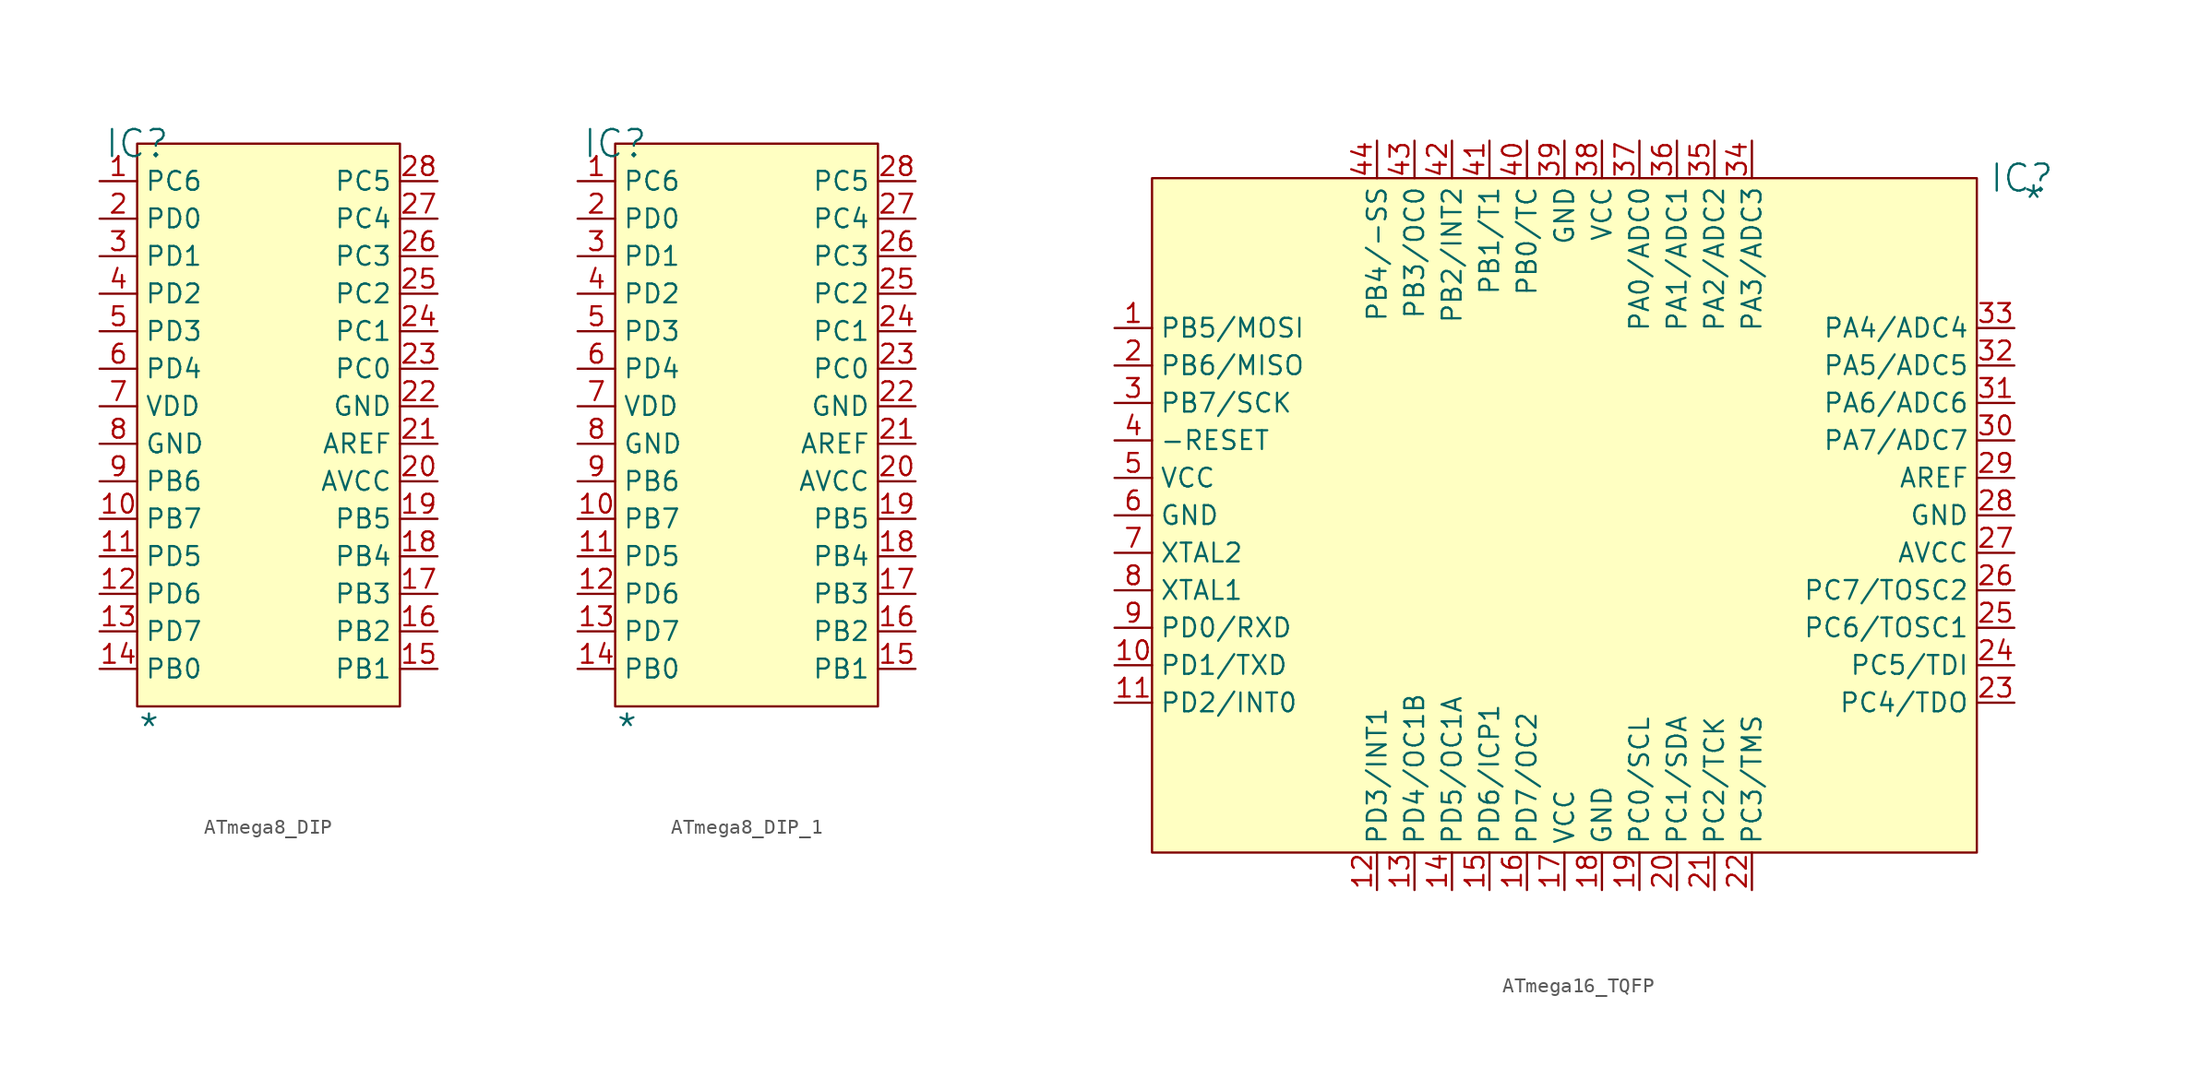
<source format=kicad_sym>
(kicad_symbol_lib
  (version 20241209)
  (generator "kicad_symbol_editor")
  (generator_version "9.0")
  (symbol "ATmega8_DIP"
    (property "Reference" "IC"
      (at 0 0 0)
      (effects (font (size 1.829 1.829))))
    (property "Value" "*"
      (at 0 -40.64 0)
      (effects (font (size 1.829 1.829)) (justify left bottom)))
    (symbol "ATmega8_DIP_1_0"
      (rectangle (start 17.78 0) (end 0 -38.1) (stroke (width 0) (type solid) (color 128 0 0 1)) (fill (type background)))
      (pin passive line (at -2.54 -2.54 0) (length 2.54) (name "PC6" (effects (font (size 1.27 1.27)))) (number "1" (effects (font (size 1.27 1.27)))))
      (pin passive line (at -2.54 -5.08 0) (length 2.54) (name "PD0" (effects (font (size 1.27 1.27)))) (number "2" (effects (font (size 1.27 1.27)))))
      (pin passive line (at -2.54 -7.62 0) (length 2.54) (name "PD1" (effects (font (size 1.27 1.27)))) (number "3" (effects (font (size 1.27 1.27)))))
      (pin passive line (at -2.54 -10.16 0) (length 2.54) (name "PD2" (effects (font (size 1.27 1.27)))) (number "4" (effects (font (size 1.27 1.27)))))
      (pin passive line (at -2.54 -12.7 0) (length 2.54) (name "PD3" (effects (font (size 1.27 1.27)))) (number "5" (effects (font (size 1.27 1.27)))))
      (pin passive line (at -2.54 -15.24 0) (length 2.54) (name "PD4" (effects (font (size 1.27 1.27)))) (number "6" (effects (font (size 1.27 1.27)))))
      (pin passive line (at -2.54 -17.78 0) (length 2.54) (name "VDD" (effects (font (size 1.27 1.27)))) (number "7" (effects (font (size 1.27 1.27)))))
      (pin passive line (at -2.54 -20.32 0) (length 2.54) (name "GND" (effects (font (size 1.27 1.27)))) (number "8" (effects (font (size 1.27 1.27)))))
      (pin passive line (at -2.54 -22.86 0) (length 2.54) (name "PB6" (effects (font (size 1.27 1.27)))) (number "9" (effects (font (size 1.27 1.27)))))
      (pin passive line (at -2.54 -25.4 0) (length 2.54) (name "PB7" (effects (font (size 1.27 1.27)))) (number "10" (effects (font (size 1.27 1.27)))))
      (pin passive line (at -2.54 -27.94 0) (length 2.54) (name "PD5" (effects (font (size 1.27 1.27)))) (number "11" (effects (font (size 1.27 1.27)))))
      (pin passive line (at -2.54 -30.48 0) (length 2.54) (name "PD6" (effects (font (size 1.27 1.27)))) (number "12" (effects (font (size 1.27 1.27)))))
      (pin passive line (at -2.54 -33.02 0) (length 2.54) (name "PD7" (effects (font (size 1.27 1.27)))) (number "13" (effects (font (size 1.27 1.27)))))
      (pin passive line (at -2.54 -35.56 0) (length 2.54) (name "PB0" (effects (font (size 1.27 1.27)))) (number "14" (effects (font (size 1.27 1.27)))))
      (pin passive line (at 20.32 -2.54 180) (length 2.54) (name "PC5" (effects (font (size 1.27 1.27)))) (number "28" (effects (font (size 1.27 1.27)))))
      (pin passive line (at 20.32 -5.08 180) (length 2.54) (name "PC4" (effects (font (size 1.27 1.27)))) (number "27" (effects (font (size 1.27 1.27)))))
      (pin passive line (at 20.32 -7.62 180) (length 2.54) (name "PC3" (effects (font (size 1.27 1.27)))) (number "26" (effects (font (size 1.27 1.27)))))
      (pin passive line (at 20.32 -10.16 180) (length 2.54) (name "PC2" (effects (font (size 1.27 1.27)))) (number "25" (effects (font (size 1.27 1.27)))))
      (pin passive line (at 20.32 -12.7 180) (length 2.54) (name "PC1" (effects (font (size 1.27 1.27)))) (number "24" (effects (font (size 1.27 1.27)))))
      (pin passive line (at 20.32 -15.24 180) (length 2.54) (name "PC0" (effects (font (size 1.27 1.27)))) (number "23" (effects (font (size 1.27 1.27)))))
      (pin passive line (at 20.32 -17.78 180) (length 2.54) (name "GND" (effects (font (size 1.27 1.27)))) (number "22" (effects (font (size 1.27 1.27)))))
      (pin passive line (at 20.32 -20.32 180) (length 2.54) (name "AREF" (effects (font (size 1.27 1.27)))) (number "21" (effects (font (size 1.27 1.27)))))
      (pin passive line (at 20.32 -22.86 180) (length 2.54) (name "AVCC" (effects (font (size 1.27 1.27)))) (number "20" (effects (font (size 1.27 1.27)))))
      (pin passive line (at 20.32 -25.4 180) (length 2.54) (name "PB5" (effects (font (size 1.27 1.27)))) (number "19" (effects (font (size 1.27 1.27)))))
      (pin passive line (at 20.32 -27.94 180) (length 2.54) (name "PB4" (effects (font (size 1.27 1.27)))) (number "18" (effects (font (size 1.27 1.27)))))
      (pin passive line (at 20.32 -30.48 180) (length 2.54) (name "PB3" (effects (font (size 1.27 1.27)))) (number "17" (effects (font (size 1.27 1.27)))))
      (pin passive line (at 20.32 -33.02 180) (length 2.54) (name "PB2" (effects (font (size 1.27 1.27)))) (number "16" (effects (font (size 1.27 1.27)))))
      (pin passive line (at 20.32 -35.56 180) (length 2.54) (name "PB1" (effects (font (size 1.27 1.27)))) (number "15" (effects (font (size 1.27 1.27)))))))
  (symbol "ATmega8_DIP_1"
    (property "Reference" "IC"
      (at 0 0 0)
      (effects (font (size 1.829 1.829))))
    (property "Value" "*"
      (at 0 -40.64 0)
      (effects (font (size 1.829 1.829)) (justify left bottom)))
    (symbol "ATmega8_DIP_1_1_0"
      (rectangle (start 17.78 0) (end 0 -38.1) (stroke (width 0) (type solid) (color 128 0 0 1)) (fill (type background)))
      (pin passive line (at -2.54 -2.54 0) (length 2.54) (name "PC6" (effects (font (size 1.27 1.27)))) (number "1" (effects (font (size 1.27 1.27)))))
      (pin passive line (at -2.54 -5.08 0) (length 2.54) (name "PD0" (effects (font (size 1.27 1.27)))) (number "2" (effects (font (size 1.27 1.27)))))
      (pin passive line (at -2.54 -7.62 0) (length 2.54) (name "PD1" (effects (font (size 1.27 1.27)))) (number "3" (effects (font (size 1.27 1.27)))))
      (pin passive line (at -2.54 -10.16 0) (length 2.54) (name "PD2" (effects (font (size 1.27 1.27)))) (number "4" (effects (font (size 1.27 1.27)))))
      (pin passive line (at -2.54 -12.7 0) (length 2.54) (name "PD3" (effects (font (size 1.27 1.27)))) (number "5" (effects (font (size 1.27 1.27)))))
      (pin passive line (at -2.54 -15.24 0) (length 2.54) (name "PD4" (effects (font (size 1.27 1.27)))) (number "6" (effects (font (size 1.27 1.27)))))
      (pin passive line (at -2.54 -17.78 0) (length 2.54) (name "VDD" (effects (font (size 1.27 1.27)))) (number "7" (effects (font (size 1.27 1.27)))))
      (pin passive line (at -2.54 -20.32 0) (length 2.54) (name "GND" (effects (font (size 1.27 1.27)))) (number "8" (effects (font (size 1.27 1.27)))))
      (pin passive line (at -2.54 -22.86 0) (length 2.54) (name "PB6" (effects (font (size 1.27 1.27)))) (number "9" (effects (font (size 1.27 1.27)))))
      (pin passive line (at -2.54 -25.4 0) (length 2.54) (name "PB7" (effects (font (size 1.27 1.27)))) (number "10" (effects (font (size 1.27 1.27)))))
      (pin passive line (at -2.54 -27.94 0) (length 2.54) (name "PD5" (effects (font (size 1.27 1.27)))) (number "11" (effects (font (size 1.27 1.27)))))
      (pin passive line (at -2.54 -30.48 0) (length 2.54) (name "PD6" (effects (font (size 1.27 1.27)))) (number "12" (effects (font (size 1.27 1.27)))))
      (pin passive line (at -2.54 -33.02 0) (length 2.54) (name "PD7" (effects (font (size 1.27 1.27)))) (number "13" (effects (font (size 1.27 1.27)))))
      (pin passive line (at -2.54 -35.56 0) (length 2.54) (name "PB0" (effects (font (size 1.27 1.27)))) (number "14" (effects (font (size 1.27 1.27)))))
      (pin passive line (at 20.32 -2.54 180) (length 2.54) (name "PC5" (effects (font (size 1.27 1.27)))) (number "28" (effects (font (size 1.27 1.27)))))
      (pin passive line (at 20.32 -5.08 180) (length 2.54) (name "PC4" (effects (font (size 1.27 1.27)))) (number "27" (effects (font (size 1.27 1.27)))))
      (pin passive line (at 20.32 -7.62 180) (length 2.54) (name "PC3" (effects (font (size 1.27 1.27)))) (number "26" (effects (font (size 1.27 1.27)))))
      (pin passive line (at 20.32 -10.16 180) (length 2.54) (name "PC2" (effects (font (size 1.27 1.27)))) (number "25" (effects (font (size 1.27 1.27)))))
      (pin passive line (at 20.32 -12.7 180) (length 2.54) (name "PC1" (effects (font (size 1.27 1.27)))) (number "24" (effects (font (size 1.27 1.27)))))
      (pin passive line (at 20.32 -15.24 180) (length 2.54) (name "PC0" (effects (font (size 1.27 1.27)))) (number "23" (effects (font (size 1.27 1.27)))))
      (pin passive line (at 20.32 -17.78 180) (length 2.54) (name "GND" (effects (font (size 1.27 1.27)))) (number "22" (effects (font (size 1.27 1.27)))))
      (pin passive line (at 20.32 -20.32 180) (length 2.54) (name "AREF" (effects (font (size 1.27 1.27)))) (number "21" (effects (font (size 1.27 1.27)))))
      (pin passive line (at 20.32 -22.86 180) (length 2.54) (name "AVCC" (effects (font (size 1.27 1.27)))) (number "20" (effects (font (size 1.27 1.27)))))
      (pin passive line (at 20.32 -25.4 180) (length 2.54) (name "PB5" (effects (font (size 1.27 1.27)))) (number "19" (effects (font (size 1.27 1.27)))))
      (pin passive line (at 20.32 -27.94 180) (length 2.54) (name "PB4" (effects (font (size 1.27 1.27)))) (number "18" (effects (font (size 1.27 1.27)))))
      (pin passive line (at 20.32 -30.48 180) (length 2.54) (name "PB3" (effects (font (size 1.27 1.27)))) (number "17" (effects (font (size 1.27 1.27)))))
      (pin passive line (at 20.32 -33.02 180) (length 2.54) (name "PB2" (effects (font (size 1.27 1.27)))) (number "16" (effects (font (size 1.27 1.27)))))
      (pin passive line (at 20.32 -35.56 180) (length 2.54) (name "PB1" (effects (font (size 1.27 1.27)))) (number "15" (effects (font (size 1.27 1.27)))))))
  (symbol "ATmega16_TQFP"
    (property "Reference" "IC"
      (at 58.928 0 0)
      (effects (font (size 1.829 1.829))))
    (property "Value" "*"
      (at 58.928 -2.54 0)
      (effects (font (size 1.829 1.829)) (justify left bottom)))
    (symbol "ATmega16_TQFP_1_0"
      (rectangle (start 55.88 0) (end 0 -45.72) (stroke (width 0) (type solid) (color 128 0 0 1)) (fill (type background)))
      (pin passive line (at -2.54 -10.16 0) (length 2.54) (name "PB5/MOSI" (effects (font (size 1.27 1.27)))) (number "1" (effects (font (size 1.27 1.27)))))
      (pin passive line (at -2.54 -12.7 0) (length 2.54) (name "PB6/MISO" (effects (font (size 1.27 1.27)))) (number "2" (effects (font (size 1.27 1.27)))))
      (pin passive line (at -2.54 -15.24 0) (length 2.54) (name "PB7/SCK" (effects (font (size 1.27 1.27)))) (number "3" (effects (font (size 1.27 1.27)))))
      (pin passive line (at -2.54 -17.78 0) (length 2.54) (name "-RESET" (effects (font (size 1.27 1.27)))) (number "4" (effects (font (size 1.27 1.27)))))
      (pin passive line (at -2.54 -20.32 0) (length 2.54) (name "VCC" (effects (font (size 1.27 1.27)))) (number "5" (effects (font (size 1.27 1.27)))))
      (pin passive line (at -2.54 -22.86 0) (length 2.54) (name "GND" (effects (font (size 1.27 1.27)))) (number "6" (effects (font (size 1.27 1.27)))))
      (pin passive line (at -2.54 -25.4 0) (length 2.54) (name "XTAL2" (effects (font (size 1.27 1.27)))) (number "7" (effects (font (size 1.27 1.27)))))
      (pin passive line (at -2.54 -27.94 0) (length 2.54) (name "XTAL1" (effects (font (size 1.27 1.27)))) (number "8" (effects (font (size 1.27 1.27)))))
      (pin passive line (at -2.54 -30.48 0) (length 2.54) (name "PD0/RXD" (effects (font (size 1.27 1.27)))) (number "9" (effects (font (size 1.27 1.27)))))
      (pin passive line (at -2.54 -33.02 0) (length 2.54) (name "PD1/TXD" (effects (font (size 1.27 1.27)))) (number "10" (effects (font (size 1.27 1.27)))))
      (pin passive line (at -2.54 -35.56 0) (length 2.54) (name "PD2/INT0" (effects (font (size 1.27 1.27)))) (number "11" (effects (font (size 1.27 1.27)))))
      (pin passive line (at 15.24 2.54 270) (length 2.54) (name "PB4/-SS" (effects (font (size 1.27 1.27)))) (number "44" (effects (font (size 1.27 1.27)))))
      (pin passive line (at 15.24 -48.26 90) (length 2.54) (name "PD3/INT1" (effects (font (size 1.27 1.27)))) (number "12" (effects (font (size 1.27 1.27)))))
      (pin passive line (at 17.78 2.54 270) (length 2.54) (name "PB3/OC0" (effects (font (size 1.27 1.27)))) (number "43" (effects (font (size 1.27 1.27)))))
      (pin passive line (at 17.78 -48.26 90) (length 2.54) (name "PD4/OC1B" (effects (font (size 1.27 1.27)))) (number "13" (effects (font (size 1.27 1.27)))))
      (pin passive line (at 20.32 2.54 270) (length 2.54) (name "PB2/INT2" (effects (font (size 1.27 1.27)))) (number "42" (effects (font (size 1.27 1.27)))))
      (pin passive line (at 20.32 -48.26 90) (length 2.54) (name "PD5/OC1A" (effects (font (size 1.27 1.27)))) (number "14" (effects (font (size 1.27 1.27)))))
      (pin passive line (at 22.86 2.54 270) (length 2.54) (name "PB1/T1" (effects (font (size 1.27 1.27)))) (number "41" (effects (font (size 1.27 1.27)))))
      (pin passive line (at 22.86 -48.26 90) (length 2.54) (name "PD6/ICP1" (effects (font (size 1.27 1.27)))) (number "15" (effects (font (size 1.27 1.27)))))
      (pin passive line (at 25.4 2.54 270) (length 2.54) (name "PB0/TC" (effects (font (size 1.27 1.27)))) (number "40" (effects (font (size 1.27 1.27)))))
      (pin passive line (at 25.4 -48.26 90) (length 2.54) (name "PD7/OC2" (effects (font (size 1.27 1.27)))) (number "16" (effects (font (size 1.27 1.27)))))
      (pin passive line (at 27.94 2.54 270) (length 2.54) (name "GND" (effects (font (size 1.27 1.27)))) (number "39" (effects (font (size 1.27 1.27)))))
      (pin passive line (at 27.94 -48.26 90) (length 2.54) (name "VCC" (effects (font (size 1.27 1.27)))) (number "17" (effects (font (size 1.27 1.27)))))
      (pin passive line (at 30.48 2.54 270) (length 2.54) (name "VCC" (effects (font (size 1.27 1.27)))) (number "38" (effects (font (size 1.27 1.27)))))
      (pin passive line (at 30.48 -48.26 90) (length 2.54) (name "GND" (effects (font (size 1.27 1.27)))) (number "18" (effects (font (size 1.27 1.27)))))
      (pin passive line (at 33.02 2.54 270) (length 2.54) (name "PA0/ADC0" (effects (font (size 1.27 1.27)))) (number "37" (effects (font (size 1.27 1.27)))))
      (pin passive line (at 33.02 -48.26 90) (length 2.54) (name "PC0/SCL" (effects (font (size 1.27 1.27)))) (number "19" (effects (font (size 1.27 1.27)))))
      (pin passive line (at 35.56 2.54 270) (length 2.54) (name "PA1/ADC1" (effects (font (size 1.27 1.27)))) (number "36" (effects (font (size 1.27 1.27)))))
      (pin passive line (at 35.56 -48.26 90) (length 2.54) (name "PC1/SDA" (effects (font (size 1.27 1.27)))) (number "20" (effects (font (size 1.27 1.27)))))
      (pin passive line (at 38.1 2.54 270) (length 2.54) (name "PA2/ADC2" (effects (font (size 1.27 1.27)))) (number "35" (effects (font (size 1.27 1.27)))))
      (pin passive line (at 38.1 -48.26 90) (length 2.54) (name "PC2/TCK" (effects (font (size 1.27 1.27)))) (number "21" (effects (font (size 1.27 1.27)))))
      (pin passive line (at 40.64 2.54 270) (length 2.54) (name "PA3/ADC3" (effects (font (size 1.27 1.27)))) (number "34" (effects (font (size 1.27 1.27)))))
      (pin passive line (at 40.64 -48.26 90) (length 2.54) (name "PC3/TMS" (effects (font (size 1.27 1.27)))) (number "22" (effects (font (size 1.27 1.27)))))
      (pin passive line (at 58.42 -10.16 180) (length 2.54) (name "PA4/ADC4" (effects (font (size 1.27 1.27)))) (number "33" (effects (font (size 1.27 1.27)))))
      (pin passive line (at 58.42 -12.7 180) (length 2.54) (name "PA5/ADC5" (effects (font (size 1.27 1.27)))) (number "32" (effects (font (size 1.27 1.27)))))
      (pin passive line (at 58.42 -15.24 180) (length 2.54) (name "PA6/ADC6" (effects (font (size 1.27 1.27)))) (number "31" (effects (font (size 1.27 1.27)))))
      (pin passive line (at 58.42 -17.78 180) (length 2.54) (name "PA7/ADC7" (effects (font (size 1.27 1.27)))) (number "30" (effects (font (size 1.27 1.27)))))
      (pin passive line (at 58.42 -20.32 180) (length 2.54) (name "AREF" (effects (font (size 1.27 1.27)))) (number "29" (effects (font (size 1.27 1.27)))))
      (pin passive line (at 58.42 -22.86 180) (length 2.54) (name "GND" (effects (font (size 1.27 1.27)))) (number "28" (effects (font (size 1.27 1.27)))))
      (pin passive line (at 58.42 -25.4 180) (length 2.54) (name "AVCC" (effects (font (size 1.27 1.27)))) (number "27" (effects (font (size 1.27 1.27)))))
      (pin passive line (at 58.42 -27.94 180) (length 2.54) (name "PC7/TOSC2" (effects (font (size 1.27 1.27)))) (number "26" (effects (font (size 1.27 1.27)))))
      (pin passive line (at 58.42 -30.48 180) (length 2.54) (name "PC6/TOSC1" (effects (font (size 1.27 1.27)))) (number "25" (effects (font (size 1.27 1.27)))))
      (pin passive line (at 58.42 -33.02 180) (length 2.54) (name "PC5/TDI" (effects (font (size 1.27 1.27)))) (number "24" (effects (font (size 1.27 1.27)))))
      (pin passive line (at 58.42 -35.56 180) (length 2.54) (name "PC4/TDO" (effects (font (size 1.27 1.27)))) (number "23" (effects (font (size 1.27 1.27))))))))
</source>
